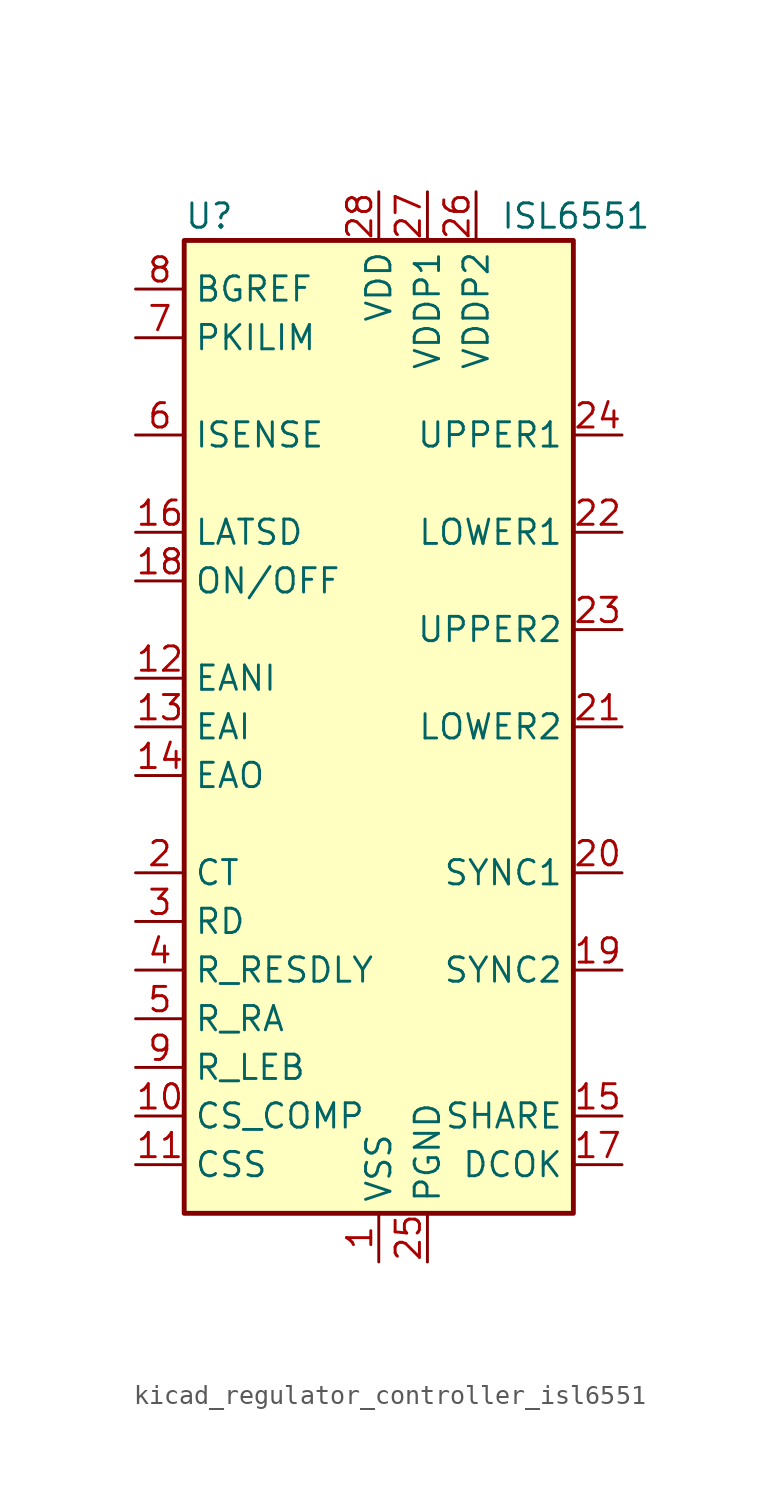
<source format=kicad_sym>
(kicad_symbol_lib
  (version 20220914)
  (generator kicad_symbol_editor)
  (symbol "kicad_regulator_controller_isl6551"
    (property "Reference" "U"
      (at -10.16 26.67 0)
      (effects (font (size 1.27 1.27)) (justify left)))
    (property "Value" "ISL6551"
      (at 6.35 26.67 0)
      (effects (font (size 1.27 1.27)) (justify left)))
    (symbol "kicad_regulator_controller_isl6551_0_0"
      (rectangle (start -10.16 25.4) (end 10.16 -25.4) (stroke (width 0.254) (type default)) (fill (type background))))
    (symbol "kicad_regulator_controller_isl6551_1_1"
      (pin power_in line (at 0 -27.94 90) (length 2.54) (name "VSS" (effects (font (size 1.27 1.27)))) (number "1" (effects (font (size 1.27 1.27)))))
      (pin passive line (at -12.7 -20.32 0) (length 2.54) (name "CS_COMP" (effects (font (size 1.27 1.27)))) (number "10" (effects (font (size 1.27 1.27)))))
      (pin passive line (at -12.7 -22.86 0) (length 2.54) (name "CSS" (effects (font (size 1.27 1.27)))) (number "11" (effects (font (size 1.27 1.27)))))
      (pin input line (at -12.7 2.54 0) (length 2.54) (name "EANI" (effects (font (size 1.27 1.27)))) (number "12" (effects (font (size 1.27 1.27)))))
      (pin input line (at -12.7 0 0) (length 2.54) (name "EAI" (effects (font (size 1.27 1.27)))) (number "13" (effects (font (size 1.27 1.27)))))
      (pin output line (at -12.7 -2.54 0) (length 2.54) (name "EAO" (effects (font (size 1.27 1.27)))) (number "14" (effects (font (size 1.27 1.27)))))
      (pin input line (at 12.7 -20.32 180) (length 2.54) (name "SHARE" (effects (font (size 1.27 1.27)))) (number "15" (effects (font (size 1.27 1.27)))))
      (pin input line (at -12.7 10.16 0) (length 2.54) (name "LATSD" (effects (font (size 1.27 1.27)))) (number "16" (effects (font (size 1.27 1.27)))))
      (pin output line (at 12.7 -22.86 180) (length 2.54) (name "DCOK" (effects (font (size 1.27 1.27)))) (number "17" (effects (font (size 1.27 1.27)))))
      (pin input line (at -12.7 7.62 0) (length 2.54) (name "ON/OFF" (effects (font (size 1.27 1.27)))) (number "18" (effects (font (size 1.27 1.27)))))
      (pin output line (at 12.7 -12.7 180) (length 2.54) (name "SYNC2" (effects (font (size 1.27 1.27)))) (number "19" (effects (font (size 1.27 1.27)))))
      (pin passive line (at -12.7 -7.62 0) (length 2.54) (name "CT" (effects (font (size 1.27 1.27)))) (number "2" (effects (font (size 1.27 1.27)))))
      (pin output line (at 12.7 -7.62 180) (length 2.54) (name "SYNC1" (effects (font (size 1.27 1.27)))) (number "20" (effects (font (size 1.27 1.27)))))
      (pin output line (at 12.7 0 180) (length 2.54) (name "LOWER2" (effects (font (size 1.27 1.27)))) (number "21" (effects (font (size 1.27 1.27)))))
      (pin output line (at 12.7 10.16 180) (length 2.54) (name "LOWER1" (effects (font (size 1.27 1.27)))) (number "22" (effects (font (size 1.27 1.27)))))
      (pin output line (at 12.7 5.08 180) (length 2.54) (name "UPPER2" (effects (font (size 1.27 1.27)))) (number "23" (effects (font (size 1.27 1.27)))))
      (pin output line (at 12.7 15.24 180) (length 2.54) (name "UPPER1" (effects (font (size 1.27 1.27)))) (number "24" (effects (font (size 1.27 1.27)))))
      (pin power_in line (at 2.54 -27.94 90) (length 2.54) (name "PGND" (effects (font (size 1.27 1.27)))) (number "25" (effects (font (size 1.27 1.27)))))
      (pin power_in line (at 5.08 27.94 270) (length 2.54) (name "VDDP2" (effects (font (size 1.27 1.27)))) (number "26" (effects (font (size 1.27 1.27)))))
      (pin power_in line (at 2.54 27.94 270) (length 2.54) (name "VDDP1" (effects (font (size 1.27 1.27)))) (number "27" (effects (font (size 1.27 1.27)))))
      (pin power_in line (at 0 27.94 270) (length 2.54) (name "VDD" (effects (font (size 1.27 1.27)))) (number "28" (effects (font (size 1.27 1.27)))))
      (pin passive line (at -12.7 -10.16 0) (length 2.54) (name "RD" (effects (font (size 1.27 1.27)))) (number "3" (effects (font (size 1.27 1.27)))))
      (pin passive line (at -12.7 -12.7 0) (length 2.54) (name "R_RESDLY" (effects (font (size 1.27 1.27)))) (number "4" (effects (font (size 1.27 1.27)))))
      (pin passive line (at -12.7 -15.24 0) (length 2.54) (name "R_RA" (effects (font (size 1.27 1.27)))) (number "5" (effects (font (size 1.27 1.27)))))
      (pin input line (at -12.7 15.24 0) (length 2.54) (name "ISENSE" (effects (font (size 1.27 1.27)))) (number "6" (effects (font (size 1.27 1.27)))))
      (pin input line (at -12.7 20.32 0) (length 2.54) (name "PKILIM" (effects (font (size 1.27 1.27)))) (number "7" (effects (font (size 1.27 1.27)))))
      (pin output line (at -12.7 22.86 0) (length 2.54) (name "BGREF" (effects (font (size 1.27 1.27)))) (number "8" (effects (font (size 1.27 1.27)))))
      (pin passive line (at -12.7 -17.78 0) (length 2.54) (name "R_LEB" (effects (font (size 1.27 1.27)))) (number "9" (effects (font (size 1.27 1.27))))))))
</source>
